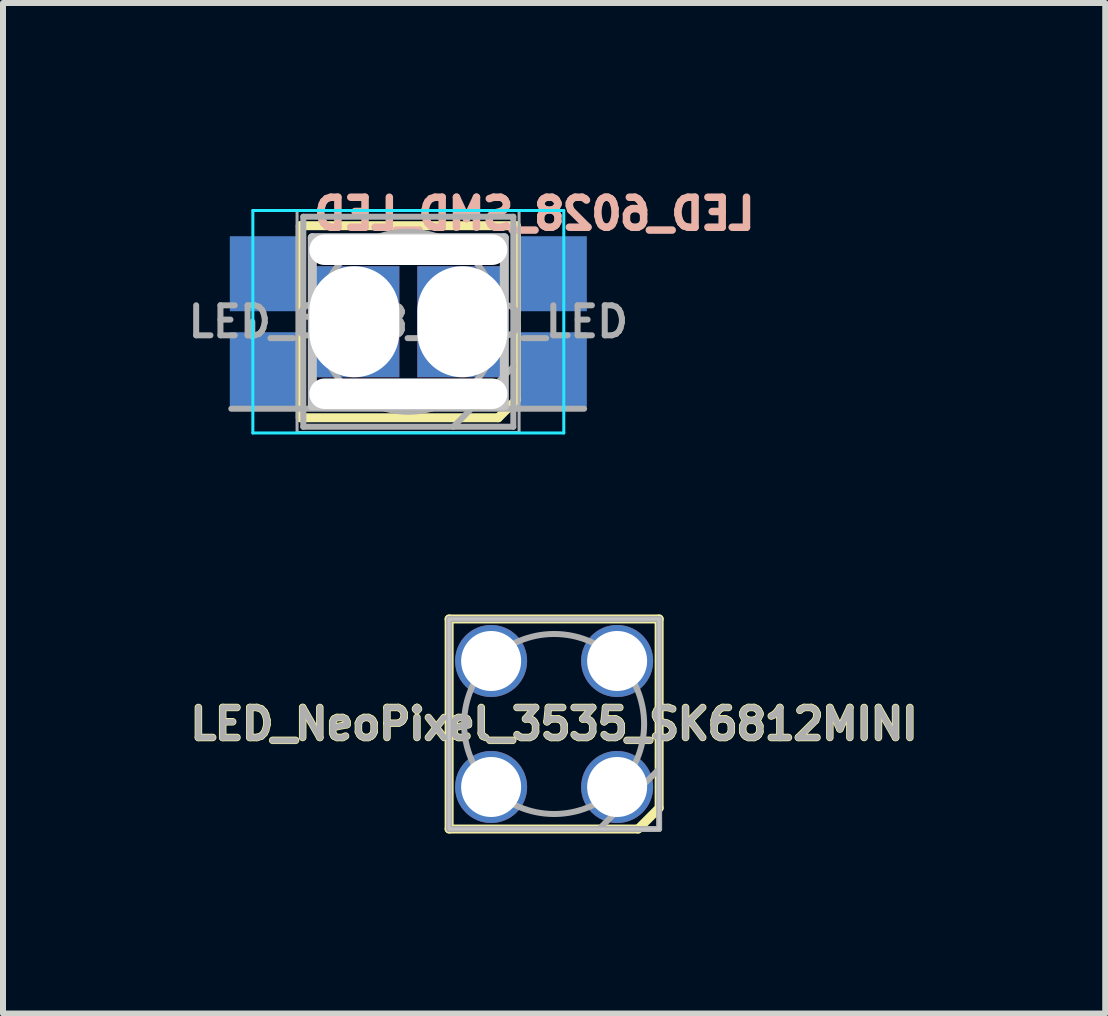
<source format=kicad_pcb>
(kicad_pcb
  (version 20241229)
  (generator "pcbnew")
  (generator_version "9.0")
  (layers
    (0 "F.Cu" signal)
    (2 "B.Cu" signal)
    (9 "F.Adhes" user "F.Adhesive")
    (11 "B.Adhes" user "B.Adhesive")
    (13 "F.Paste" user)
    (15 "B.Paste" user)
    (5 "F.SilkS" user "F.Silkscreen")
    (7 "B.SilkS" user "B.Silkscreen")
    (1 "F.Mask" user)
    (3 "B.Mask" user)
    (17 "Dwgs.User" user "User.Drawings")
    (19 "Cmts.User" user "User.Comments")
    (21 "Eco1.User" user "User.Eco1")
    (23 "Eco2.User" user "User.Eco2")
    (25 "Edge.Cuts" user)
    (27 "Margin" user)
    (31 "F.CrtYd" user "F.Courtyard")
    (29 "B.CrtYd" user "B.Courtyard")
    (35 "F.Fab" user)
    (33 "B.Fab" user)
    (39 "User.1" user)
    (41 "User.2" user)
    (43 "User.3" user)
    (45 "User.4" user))
  (footprint "LED_6028_SMD_LED"
    (layer "F.Cu")
    (at 3.755 2.312)
    (property "Reference" "LED_6028_SMD_LED" (at 2.1 -1.8 0) (layer "B.SilkS") (effects (font (size 0.5 0.5) (thickness 0.125)) (justify mirror)))
    (attr smd)
    (fp_line (start -1.8 -1.6) (end 1.8 -1.6) (stroke (width 0.15) (type solid)) (layer "F.SilkS"))
    (fp_line (start -1.8 1.6) (end -1.8 -1.6) (stroke (width 0.15) (type solid)) (layer "F.SilkS"))
    (fp_line (start 1.5 1.6) (end -1.8 1.6) (stroke (width 0.15) (type solid)) (layer "F.SilkS"))
    (fp_line (start 1.5 1.6) (end 1.8 1.3) (stroke (width 0.15) (type solid)) (layer "F.SilkS"))
    (fp_line (start 1.8 -1.6) (end 1.8 1.3) (stroke (width 0.15) (type solid)) (layer "F.SilkS"))
    (fp_line (start -1.6 -1.4) (end 1.6 -1.4) (stroke (width 0.15) (type solid)) (layer "Dwgs.User"))
    (fp_line (start -1.6 1.4) (end -1.6 -1.4) (stroke (width 0.15) (type solid)) (layer "Dwgs.User"))
    (fp_line (start -1.6 1.4) (end 1.6 1.4) (stroke (width 0.15) (type solid)) (layer "Dwgs.User"))
    (fp_line (start 1.6 1.4) (end 1.6 -1.4) (stroke (width 0.15) (type solid)) (layer "Dwgs.User"))
    (fp_line (start -2.591 -1.854) (end -2.591 1.854) (stroke (width 0.05) (type solid)) (layer "B.CrtYd"))
    (fp_line (start -2.591 1.854) (end 2.591 1.854) (stroke (width 0.05) (type solid)) (layer "B.CrtYd"))
    (fp_line (start 2.591 -1.854) (end -2.591 -1.854) (stroke (width 0.05) (type solid)) (layer "B.CrtYd"))
    (fp_line (start 2.591 1.854) (end 2.591 -1.854) (stroke (width 0.05) (type solid)) (layer "B.CrtYd"))
    (fp_line (start -2.95 1.45) (end 2.93 1.45) (stroke (width 0.1) (type solid)) (layer "F.Fab"))
    (fp_line (start -2.6 0) (end -2.6 0.25) (stroke (width 0.1) (type solid)) (layer "F.Fab"))
    (fp_line (start -1.854 -1.854) (end -1.854 1.846) (stroke (width 0.05) (type solid)) (layer "F.Fab"))
    (fp_line (start -1.854 -1.854) (end 1.846 -1.854) (stroke (width 0.05) (type solid)) (layer "F.Fab"))
    (fp_line (start -1.75 -1.75) (end -1.75 1.75) (stroke (width 0.1) (type solid)) (layer "F.Fab"))
    (fp_line (start -1.75 1.75) (end 1.75 1.75) (stroke (width 0.1) (type solid)) (layer "F.Fab"))
    (fp_line (start 1.75 -1.75) (end -1.75 -1.75) (stroke (width 0.1) (type solid)) (layer "F.Fab"))
    (fp_line (start 1.75 0.75) (end 0.75 1.75) (stroke (width 0.1) (type solid)) (layer "F.Fab"))
    (fp_line (start 1.75 1.75) (end 1.75 -1.75) (stroke (width 0.1) (type solid)) (layer "F.Fab"))
    (fp_line (start 1.846 1.846) (end -1.854 1.846) (stroke (width 0.05) (type solid)) (layer "F.Fab"))
    (fp_line (start 1.846 1.846) (end 1.846 -1.854) (stroke (width 0.05) (type solid)) (layer "F.Fab"))
    (fp_circle (center 0 0) (end 0 -1.5) (stroke (width 0.1) (type solid)) (fill no) (layer "F.Fab"))
    (fp_text user "${REFERENCE}" (at 0 0 0) (layer "F.Fab") (effects (font (size 0.5 0.5) (thickness 0.1))))
    (pad "" np_thru_hole rect (at -0.9 0 180) (size 1.5 1.85) (drill oval 1.5 1.85) (layers "*.Cu" "*.Mask"))
    (pad "" np_thru_hole oval (at 0 -1.2 90) (size 0.508 3.3) (drill oval 0.508 3.3) (layers "*.Cu" "*.Mask"))
    (pad "" np_thru_hole oval (at 0 1.2 90) (size 0.508 3.3) (drill oval 0.508 3.3) (layers "*.Cu" "*.Mask"))
    (pad "" np_thru_hole rect (at 0.9 0 180) (size 1.5 1.85) (drill oval 1.5 1.85) (layers "*.Cu" "*.Mask"))
    (pad "1" smd rect (at -2.35 -0.8) (size 1.25 1.25) (layers "B.Cu" "B.Mask" "B.Paste"))
    (pad "2" smd rect (at -2.35 0.8) (size 1.25 1.25) (layers "B.Cu" "B.Mask" "B.Paste"))
    (pad "3" smd rect (at 2.35 0.8) (size 1.25 1.25) (layers "B.Cu" "B.Mask" "B.Paste"))
    (pad "4" smd rect (at 2.35 -0.8) (size 1.25 1.25) (layers "B.Cu" "B.Mask" "B.Paste")))
  (footprint "LED_NeoPixel_3535_SK6812MINI"
    (layer "F.Cu")
    (at 6.185 9.016)
    (property "Reference" "LED_NeoPixel_3535_SK6812MINI" (at 0 0 0) (layer "F.SilkS") (effects (font (size 0.5 0.5) (thickness 0.125))))
    (attr smd)
    (fp_line (start -1.75 -1.75) (end 1.75 -1.75) (stroke (width 0.15) (type solid)) (layer "F.SilkS"))
    (fp_line (start -1.75 1.75) (end -1.75 -1.75) (stroke (width 0.15) (type solid)) (layer "F.SilkS"))
    (fp_line (start 1.4 1.75) (end -1.75 1.75) (stroke (width 0.15) (type solid)) (layer "F.SilkS"))
    (fp_line (start 1.4 1.75) (end 1.75 1.4) (stroke (width 0.15) (type solid)) (layer "F.SilkS"))
    (fp_line (start 1.75 -1.75) (end 1.75 1.4) (stroke (width 0.15) (type solid)) (layer "F.SilkS"))
    (fp_line (start -1.75 -1.75) (end -1.75 1.75) (stroke (width 0.05) (type solid)) (layer "Dwgs.User"))
    (fp_line (start -1.75 1.75) (end 1.75 1.75) (stroke (width 0.05) (type solid)) (layer "Dwgs.User"))
    (fp_line (start 1.75 -1.75) (end -1.75 -1.75) (stroke (width 0.05) (type solid)) (layer "Dwgs.User"))
    (fp_line (start 1.75 1.75) (end 1.75 -1.75) (stroke (width 0.05) (type solid)) (layer "Dwgs.User"))
    (fp_line (start -1.75 -1.75) (end -1.75 1.75) (stroke (width 0.1) (type solid)) (layer "F.Fab"))
    (fp_line (start -1.75 1.75) (end 1.75 1.75) (stroke (width 0.1) (type solid)) (layer "F.Fab"))
    (fp_line (start 1.75 -1.75) (end -1.75 -1.75) (stroke (width 0.1) (type solid)) (layer "F.Fab"))
    (fp_line (start 1.75 0.75) (end 0.75 1.75) (stroke (width 0.1) (type solid)) (layer "F.Fab"))
    (fp_line (start 1.75 1.75) (end 1.75 -1.75) (stroke (width 0.1) (type solid)) (layer "F.Fab"))
    (fp_circle (center 0 0) (end 0 -1.5) (stroke (width 0.1) (type solid)) (fill no) (layer "F.Fab"))
    (fp_text user "${REFERENCE}" (at 0 0 0) (layer "F.Fab") (effects (font (size 0.5 0.5) (thickness 0.1))))
    (pad "1" thru_hole circle (at -1.05 -1.05) (size 1.2 1.2) (drill 1) (layers "*.Cu" "*.Mask"))
    (pad "2" thru_hole circle (at -1.05 1.05) (size 1.2 1.2) (drill 1) (layers "*.Cu" "*.Mask"))
    (pad "3" thru_hole circle (at 1.05 1.05) (size 1.2 1.2) (drill 1) (layers "*.Cu" "*.Mask"))
    (pad "4" thru_hole circle (at 1.05 -1.05) (size 1.2 1.2) (drill 1) (layers "*.Cu" "*.Mask")))
  (gr_rect
    (start -3 -3)
    (end 15.37 13.841)
    (stroke (width 0.1) (type default))
    (fill no)
    (layer "Edge.Cuts")))
</source>
